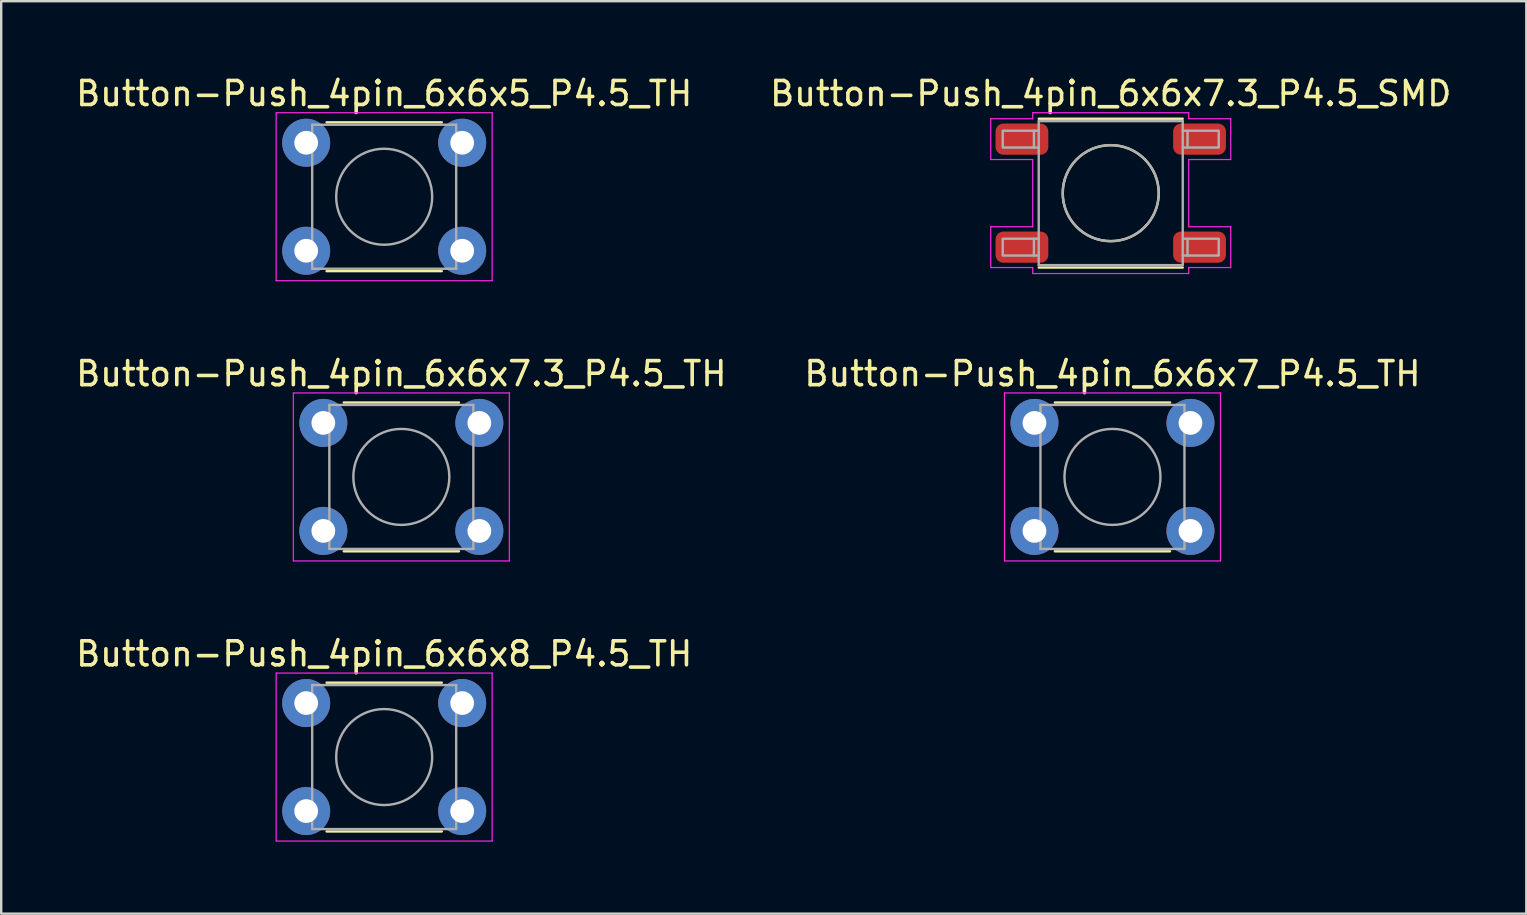
<source format=kicad_pcb>
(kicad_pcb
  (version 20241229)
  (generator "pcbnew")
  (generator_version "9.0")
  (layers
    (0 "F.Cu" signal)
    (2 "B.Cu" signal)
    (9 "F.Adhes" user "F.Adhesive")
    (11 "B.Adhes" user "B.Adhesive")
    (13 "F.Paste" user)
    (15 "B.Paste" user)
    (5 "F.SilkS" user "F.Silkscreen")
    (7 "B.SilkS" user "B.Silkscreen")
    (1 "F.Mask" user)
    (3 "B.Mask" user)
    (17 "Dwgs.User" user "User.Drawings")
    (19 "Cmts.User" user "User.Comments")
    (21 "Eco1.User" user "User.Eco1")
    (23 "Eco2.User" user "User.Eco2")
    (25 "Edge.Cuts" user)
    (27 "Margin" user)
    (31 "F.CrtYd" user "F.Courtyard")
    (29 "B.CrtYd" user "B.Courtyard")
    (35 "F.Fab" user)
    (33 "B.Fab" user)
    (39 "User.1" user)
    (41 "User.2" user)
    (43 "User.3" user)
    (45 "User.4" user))
  (footprint "Button-Push_4pin_6x6x5_P4.5_TH"
    (layer "F.Cu")
    (at 12.958 5.148)
    (property "Reference" "Button-Push_4pin_6x6x5_P4.5_TH" (at 0 -4.3 0) (layer "F.SilkS") (effects (font (size 1 1) (thickness 0.15))))
    (attr through_hole)
    (fp_line (start 2.4 -3.1) (end -2.4 -3.1) (stroke (width 0.1) (type solid)) (layer "F.SilkS"))
    (fp_line (start 2.4 3.1) (end -2.4 3.1) (stroke (width 0.1) (type solid)) (layer "F.SilkS"))
    (fp_line (start -4.5 -3.5) (end -4.5 3.5) (stroke (width 0.05) (type solid)) (layer "F.CrtYd"))
    (fp_line (start -4.5 3.5) (end 4.5 3.5) (stroke (width 0.05) (type solid)) (layer "F.CrtYd"))
    (fp_line (start 4.5 -3.5) (end -4.5 -3.5) (stroke (width 0.05) (type solid)) (layer "F.CrtYd"))
    (fp_line (start 4.5 3.5) (end 4.5 -3.5) (stroke (width 0.05) (type solid)) (layer "F.CrtYd"))
    (fp_line (start -3 3) (end -3 -3) (stroke (width 0.1) (type solid)) (layer "F.Fab"))
    (fp_line (start 3 -3) (end -3 -3) (stroke (width 0.1) (type solid)) (layer "F.Fab"))
    (fp_line (start 3 -3) (end 3 3) (stroke (width 0.1) (type solid)) (layer "F.Fab"))
    (fp_line (start 3 3) (end -3 3) (stroke (width 0.1) (type solid)) (layer "F.Fab"))
    (fp_circle (center 0 0) (end 2 0) (stroke (width 0.1) (type solid)) (fill no) (layer "F.Fab"))
    (pad "1" thru_hole circle (at -3.25 -2.25 90) (size 2 2) (drill 0.99) (layers "*.Cu" "*.Mask"))
    (pad "1" thru_hole circle (at 3.25 -2.25 90) (size 2 2) (drill 0.99) (layers "*.Cu" "*.Mask"))
    (pad "2" thru_hole circle (at -3.25 2.25 90) (size 2 2) (drill 0.99) (layers "*.Cu" "*.Mask"))
    (pad "2" thru_hole circle (at 3.25 2.25 90) (size 2 2) (drill 0.99) (layers "*.Cu" "*.Mask")))
  (footprint "Button-Push_4pin_6x6x8_P4.5_TH"
    (layer "F.Cu")
    (at 12.958 28.495)
    (property "Reference" "Button-Push_4pin_6x6x8_P4.5_TH" (at 0 -4.3 0) (layer "F.SilkS") (effects (font (size 1 1) (thickness 0.15))))
    (attr through_hole)
    (fp_line (start 2.4 -3.1) (end -2.4 -3.1) (stroke (width 0.1) (type solid)) (layer "F.SilkS"))
    (fp_line (start 2.4 3.1) (end -2.4 3.1) (stroke (width 0.1) (type solid)) (layer "F.SilkS"))
    (fp_line (start -4.5 -3.5) (end -4.5 3.5) (stroke (width 0.05) (type solid)) (layer "F.CrtYd"))
    (fp_line (start -4.5 3.5) (end 4.5 3.5) (stroke (width 0.05) (type solid)) (layer "F.CrtYd"))
    (fp_line (start 4.5 -3.5) (end -4.5 -3.5) (stroke (width 0.05) (type solid)) (layer "F.CrtYd"))
    (fp_line (start 4.5 3.5) (end 4.5 -3.5) (stroke (width 0.05) (type solid)) (layer "F.CrtYd"))
    (fp_line (start -3 3) (end -3 -3) (stroke (width 0.1) (type solid)) (layer "F.Fab"))
    (fp_line (start 3 -3) (end -3 -3) (stroke (width 0.1) (type solid)) (layer "F.Fab"))
    (fp_line (start 3 -3) (end 3 3) (stroke (width 0.1) (type solid)) (layer "F.Fab"))
    (fp_line (start 3 3) (end -3 3) (stroke (width 0.1) (type solid)) (layer "F.Fab"))
    (fp_circle (center 0 0) (end 2 0) (stroke (width 0.1) (type solid)) (fill no) (layer "F.Fab"))
    (pad "1" thru_hole circle (at -3.25 -2.25 90) (size 2 2) (drill 0.99) (layers "*.Cu" "*.Mask"))
    (pad "1" thru_hole circle (at 3.25 -2.25 90) (size 2 2) (drill 0.99) (layers "*.Cu" "*.Mask"))
    (pad "2" thru_hole circle (at -3.25 2.25 90) (size 2 2) (drill 0.99) (layers "*.Cu" "*.Mask"))
    (pad "2" thru_hole circle (at 3.25 2.25 90) (size 2 2) (drill 0.99) (layers "*.Cu" "*.Mask")))
  (footprint "Button-Push_4pin_6x6x7_P4.5_TH"
    (layer "F.Cu")
    (at 43.304 16.822)
    (property "Reference" "Button-Push_4pin_6x6x7_P4.5_TH" (at 0 -4.3 0) (layer "F.SilkS") (effects (font (size 1 1) (thickness 0.15))))
    (attr through_hole)
    (fp_line (start 2.4 -3.1) (end -2.4 -3.1) (stroke (width 0.1) (type solid)) (layer "F.SilkS"))
    (fp_line (start 2.4 3.1) (end -2.4 3.1) (stroke (width 0.1) (type solid)) (layer "F.SilkS"))
    (fp_line (start -4.5 -3.5) (end -4.5 3.5) (stroke (width 0.05) (type solid)) (layer "F.CrtYd"))
    (fp_line (start -4.5 3.5) (end 4.5 3.5) (stroke (width 0.05) (type solid)) (layer "F.CrtYd"))
    (fp_line (start 4.5 -3.5) (end -4.5 -3.5) (stroke (width 0.05) (type solid)) (layer "F.CrtYd"))
    (fp_line (start 4.5 3.5) (end 4.5 -3.5) (stroke (width 0.05) (type solid)) (layer "F.CrtYd"))
    (fp_line (start -3 3) (end -3 -3) (stroke (width 0.1) (type solid)) (layer "F.Fab"))
    (fp_line (start 3 -3) (end -3 -3) (stroke (width 0.1) (type solid)) (layer "F.Fab"))
    (fp_line (start 3 -3) (end 3 3) (stroke (width 0.1) (type solid)) (layer "F.Fab"))
    (fp_line (start 3 3) (end -3 3) (stroke (width 0.1) (type solid)) (layer "F.Fab"))
    (fp_circle (center 0 0) (end 2 0) (stroke (width 0.1) (type solid)) (fill no) (layer "F.Fab"))
    (pad "1" thru_hole circle (at -3.25 -2.25 90) (size 2 2) (drill 0.99) (layers "*.Cu" "*.Mask"))
    (pad "1" thru_hole circle (at 3.25 -2.25 90) (size 2 2) (drill 0.99) (layers "*.Cu" "*.Mask"))
    (pad "2" thru_hole circle (at -3.25 2.25 90) (size 2 2) (drill 0.99) (layers "*.Cu" "*.Mask"))
    (pad "2" thru_hole circle (at 3.25 2.25 90) (size 2 2) (drill 0.99) (layers "*.Cu" "*.Mask")))
  (footprint "Button-Push_4pin_6x6x7.3_P4.5_TH"
    (layer "F.Cu")
    (at 13.673 16.822)
    (property "Reference" "Button-Push_4pin_6x6x7.3_P4.5_TH" (at 0 -4.3 0) (layer "F.SilkS") (effects (font (size 1 1) (thickness 0.15))))
    (attr through_hole)
    (fp_line (start 2.4 -3.1) (end -2.4 -3.1) (stroke (width 0.1) (type solid)) (layer "F.SilkS"))
    (fp_line (start 2.4 3.1) (end -2.4 3.1) (stroke (width 0.1) (type solid)) (layer "F.SilkS"))
    (fp_line (start -4.5 -3.5) (end -4.5 3.5) (stroke (width 0.05) (type solid)) (layer "F.CrtYd"))
    (fp_line (start -4.5 3.5) (end 4.5 3.5) (stroke (width 0.05) (type solid)) (layer "F.CrtYd"))
    (fp_line (start 4.5 -3.5) (end -4.5 -3.5) (stroke (width 0.05) (type solid)) (layer "F.CrtYd"))
    (fp_line (start 4.5 3.5) (end 4.5 -3.5) (stroke (width 0.05) (type solid)) (layer "F.CrtYd"))
    (fp_line (start -3 3) (end -3 -3) (stroke (width 0.1) (type solid)) (layer "F.Fab"))
    (fp_line (start 3 -3) (end -3 -3) (stroke (width 0.1) (type solid)) (layer "F.Fab"))
    (fp_line (start 3 -3) (end 3 3) (stroke (width 0.1) (type solid)) (layer "F.Fab"))
    (fp_line (start 3 3) (end -3 3) (stroke (width 0.1) (type solid)) (layer "F.Fab"))
    (fp_circle (center 0 0) (end 2 0) (stroke (width 0.1) (type solid)) (fill no) (layer "F.Fab"))
    (pad "1" thru_hole circle (at -3.25 -2.25 90) (size 2 2) (drill 0.99) (layers "*.Cu" "*.Mask"))
    (pad "1" thru_hole circle (at 3.25 -2.25 90) (size 2 2) (drill 0.99) (layers "*.Cu" "*.Mask"))
    (pad "2" thru_hole circle (at -3.25 2.25 90) (size 2 2) (drill 0.99) (layers "*.Cu" "*.Mask"))
    (pad "2" thru_hole circle (at 3.25 2.25 90) (size 2 2) (drill 0.99) (layers "*.Cu" "*.Mask")))
  (footprint "Button-Push_4pin_6x6x7.3_P4.5_SMD"
    (layer "F.Cu")
    (at 43.232 4.998)
    (property "Reference" "Button-Push_4pin_6x6x7.3_P4.5_SMD" (at 0 -4.15 0) (layer "F.SilkS") (effects (font (size 1 1) (thickness 0.15))))
    (attr smd)
    (fp_line (start 3 -3.1) (end -3 -3.1) (stroke (width 0.1) (type solid)) (layer "F.SilkS"))
    (fp_line (start 3 3.1) (end -3 3.1) (stroke (width 0.1) (type solid)) (layer "F.SilkS"))
    (fp_circle (center 0 0) (end 2 0) (stroke (width 0.1) (type solid)) (fill no) (layer "F.SilkS"))
    (fp_line (start -5 -3.1) (end -5 -1.4) (stroke (width 0.05) (type solid)) (layer "F.CrtYd"))
    (fp_line (start -5 -3.1) (end -3.25 -3.1) (stroke (width 0.05) (type solid)) (layer "F.CrtYd"))
    (fp_line (start -5 -1.4) (end -3.25 -1.4) (stroke (width 0.05) (type solid)) (layer "F.CrtYd"))
    (fp_line (start -5 1.4) (end -5 3.1) (stroke (width 0.05) (type solid)) (layer "F.CrtYd"))
    (fp_line (start -5 1.4) (end -3.25 1.4) (stroke (width 0.05) (type solid)) (layer "F.CrtYd"))
    (fp_line (start -5 3.1) (end -3.25 3.1) (stroke (width 0.05) (type solid)) (layer "F.CrtYd"))
    (fp_line (start -3.25 -3.35) (end -3.25 -3.1) (stroke (width 0.05) (type solid)) (layer "F.CrtYd"))
    (fp_line (start -3.25 -1.4) (end -3.25 1.4) (stroke (width 0.05) (type solid)) (layer "F.CrtYd"))
    (fp_line (start -3.25 3.1) (end -3.25 3.35) (stroke (width 0.05) (type solid)) (layer "F.CrtYd"))
    (fp_line (start -3.25 3.35) (end 3.25 3.35) (stroke (width 0.05) (type solid)) (layer "F.CrtYd"))
    (fp_line (start 3.25 -3.35) (end -3.25 -3.35) (stroke (width 0.05) (type solid)) (layer "F.CrtYd"))
    (fp_line (start 3.25 -3.35) (end 3.25 -3.1) (stroke (width 0.05) (type solid)) (layer "F.CrtYd"))
    (fp_line (start 3.25 -3.1) (end 5 -3.1) (stroke (width 0.05) (type solid)) (layer "F.CrtYd"))
    (fp_line (start 3.25 -1.4) (end 3.25 1.4) (stroke (width 0.05) (type solid)) (layer "F.CrtYd"))
    (fp_line (start 3.25 -1.4) (end 5 -1.4) (stroke (width 0.05) (type solid)) (layer "F.CrtYd"))
    (fp_line (start 3.25 1.4) (end 5 1.4) (stroke (width 0.05) (type solid)) (layer "F.CrtYd"))
    (fp_line (start 3.25 3.1) (end 3.25 3.35) (stroke (width 0.05) (type solid)) (layer "F.CrtYd"))
    (fp_line (start 3.25 3.1) (end 5 3.1) (stroke (width 0.05) (type solid)) (layer "F.CrtYd"))
    (fp_line (start 5 -3.1) (end 5 -1.4) (stroke (width 0.05) (type solid)) (layer "F.CrtYd"))
    (fp_line (start 5 1.4) (end 5 3.1) (stroke (width 0.05) (type solid)) (layer "F.CrtYd"))
    (fp_line (start -3 -2.6) (end -3.2 -2.6) (stroke (width 0.1) (type solid)) (layer "F.Fab"))
    (fp_line (start -3 -1.9) (end -3.2 -1.9) (stroke (width 0.1) (type solid)) (layer "F.Fab"))
    (fp_line (start -3 1.9) (end -3.2 1.9) (stroke (width 0.1) (type solid)) (layer "F.Fab"))
    (fp_line (start -3 2.6) (end -3.2 2.6) (stroke (width 0.1) (type solid)) (layer "F.Fab"))
    (fp_line (start -3 3) (end -3 -3) (stroke (width 0.1) (type solid)) (layer "F.Fab"))
    (fp_line (start 3 -3) (end -3 -3) (stroke (width 0.1) (type solid)) (layer "F.Fab"))
    (fp_line (start 3 -3) (end 3 3) (stroke (width 0.1) (type solid)) (layer "F.Fab"))
    (fp_line (start 3 -2.6) (end 3.2 -2.6) (stroke (width 0.1) (type solid)) (layer "F.Fab"))
    (fp_line (start 3 -1.9) (end 3.2 -1.9) (stroke (width 0.1) (type solid)) (layer "F.Fab"))
    (fp_line (start 3 1.9) (end 3.2 1.9) (stroke (width 0.1) (type solid)) (layer "F.Fab"))
    (fp_line (start 3 2.6) (end 3.2 2.6) (stroke (width 0.1) (type solid)) (layer "F.Fab"))
    (fp_line (start 3 3) (end -3 3) (stroke (width 0.1) (type solid)) (layer "F.Fab"))
    (fp_circle (center 0 0) (end 2 0) (stroke (width 0.1) (type solid)) (fill no) (layer "F.Fab"))
    (fp_poly (pts (xy -3.2 -1.9) (xy -4.5 -1.9) (xy -4.5 -2.6) (xy -3.2 -2.6)) (stroke (width 0.1) (type solid)) (fill no) (layer "F.Fab"))
    (fp_poly (pts (xy -3.2 2.6) (xy -4.5 2.6) (xy -4.5 1.9) (xy -3.2 1.9)) (stroke (width 0.1) (type solid)) (fill no) (layer "F.Fab"))
    (fp_poly (pts (xy 3.2 -2.6) (xy 4.5 -2.6) (xy 4.5 -1.9) (xy 3.2 -1.9)) (stroke (width 0.1) (type solid)) (fill no) (layer "F.Fab"))
    (fp_poly (pts (xy 3.2 1.9) (xy 4.5 1.9) (xy 4.5 2.6) (xy 3.2 2.6)) (stroke (width 0.1) (type solid)) (fill no) (layer "F.Fab"))
    (pad "1" smd roundrect (at -3.7 -2.25) (size 2.2 1.3) (layers "F.Cu" "F.Mask" "F.Paste") (roundrect_rratio 0.25))
    (pad "1" smd roundrect (at 3.7 -2.25) (size 2.2 1.3) (layers "F.Cu" "F.Mask" "F.Paste") (roundrect_rratio 0.25))
    (pad "2" smd roundrect (at -3.7 2.25) (size 2.2 1.3) (layers "F.Cu" "F.Mask" "F.Paste") (roundrect_rratio 0.25))
    (pad "2" smd roundrect (at 3.7 2.25) (size 2.2 1.3) (layers "F.Cu" "F.Mask" "F.Paste") (roundrect_rratio 0.25)))
  (gr_rect
    (start -3 -3)
    (end 60.548 35.02)
    (stroke (width 0.1) (type default))
    (fill no)
    (layer "Edge.Cuts")))
</source>
